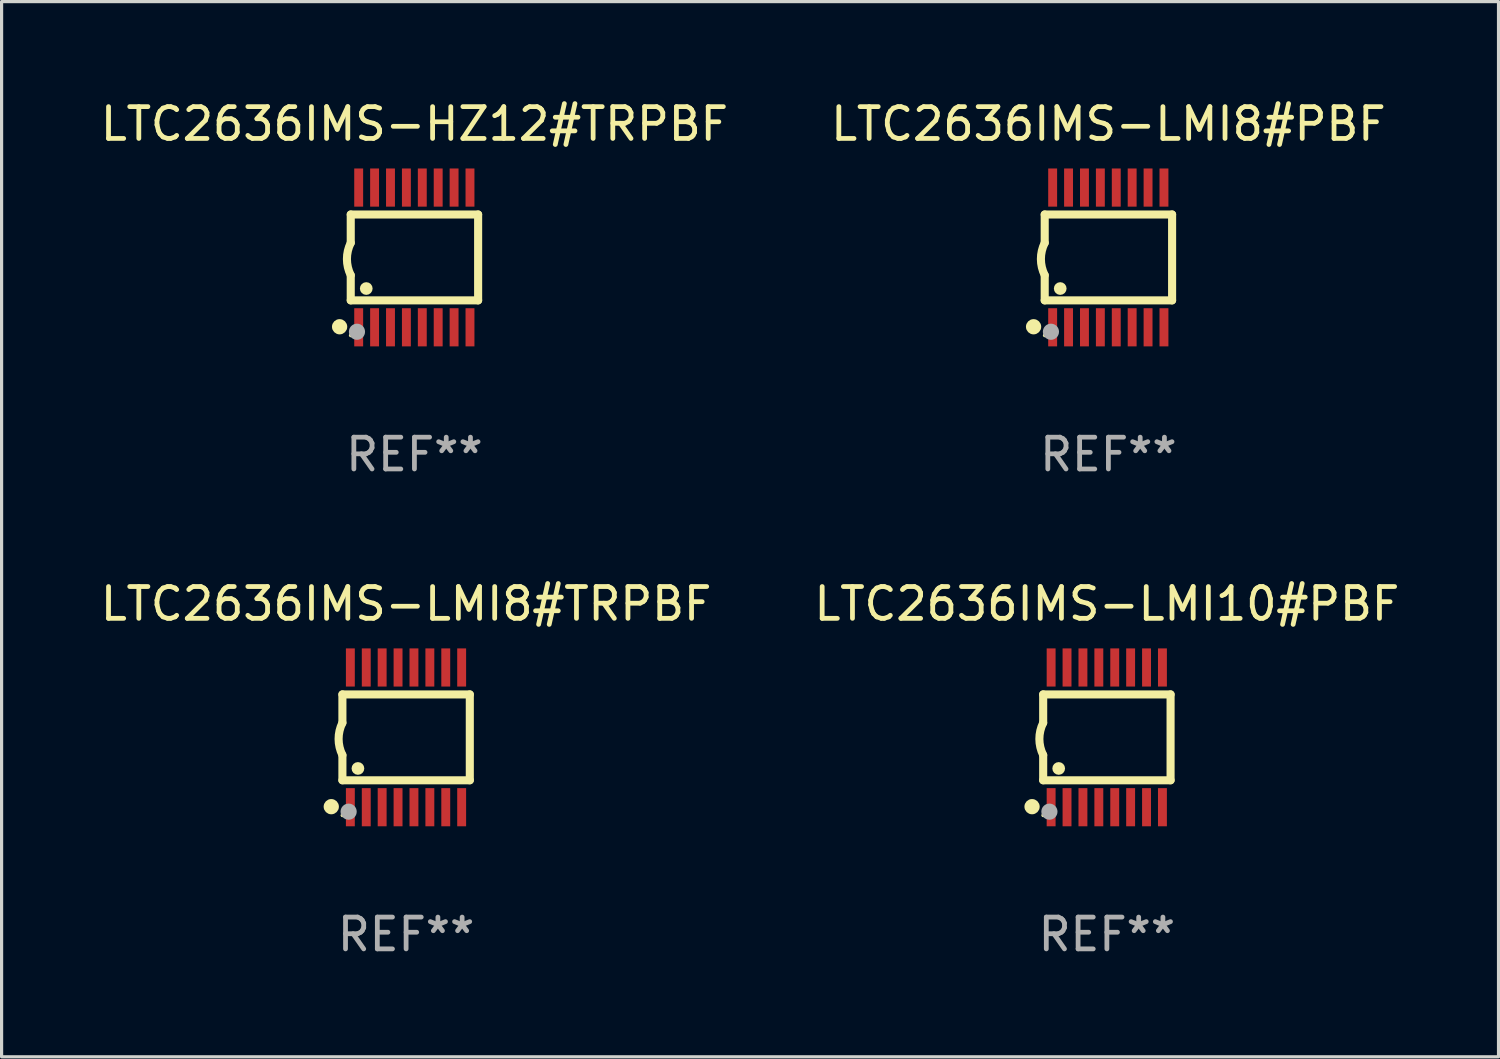
<source format=kicad_pcb>
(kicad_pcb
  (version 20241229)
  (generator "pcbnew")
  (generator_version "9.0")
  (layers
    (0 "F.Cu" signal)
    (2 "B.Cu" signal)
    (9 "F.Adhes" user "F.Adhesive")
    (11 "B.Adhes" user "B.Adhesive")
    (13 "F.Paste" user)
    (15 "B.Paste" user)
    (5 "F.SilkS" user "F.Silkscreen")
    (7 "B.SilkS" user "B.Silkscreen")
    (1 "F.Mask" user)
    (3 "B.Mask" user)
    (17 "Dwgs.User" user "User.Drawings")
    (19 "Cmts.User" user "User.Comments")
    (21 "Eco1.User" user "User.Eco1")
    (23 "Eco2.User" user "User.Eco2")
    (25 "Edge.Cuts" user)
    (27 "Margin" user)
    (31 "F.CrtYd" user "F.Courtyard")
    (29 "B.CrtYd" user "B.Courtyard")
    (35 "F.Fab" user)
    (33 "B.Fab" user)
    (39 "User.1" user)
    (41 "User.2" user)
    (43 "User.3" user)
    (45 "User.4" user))
  (footprint "LTC2636IMS-HZ12#TRPBF"
    (layer "F.Cu")
    (at 9.982 5.045)
    (property "Reference" "LTC2636IMS-HZ12#TRPBF" (at 0 -4.197 0) (layer "F.SilkS") (effects (font (size 1 1) (thickness 0.15))))
    (attr through_hole)
    (fp_line (start -2.003 -1.35) (end -2.003 -0.457) (stroke (width 0.254) (type solid)) (layer "F.SilkS"))
    (fp_line (start -2.003 -1.35) (end 2.003 -1.35) (stroke (width 0.254) (type solid)) (layer "F.SilkS"))
    (fp_line (start -2.003 1.35) (end -2.003 0.559) (stroke (width 0.254) (type solid)) (layer "F.SilkS"))
    (fp_line (start -2.003 1.35) (end 2.003 1.35) (stroke (width 0.254) (type solid)) (layer "F.SilkS"))
    (fp_line (start 2.003 -1.35) (end 2.003 1.35) (stroke (width 0.254) (type solid)) (layer "F.SilkS"))
    (fp_arc (start -2.002286 0.558802) (mid -2.122556 0.05092) (end -2.003302 -0.457201) (stroke (width 0.254001) (type solid)) (layer "F.SilkS"))
    (fp_circle (center -2.353 2.18) (end -2.233 2.18) (stroke (width 0.24) (type solid)) (fill no) (layer "F.SilkS"))
    (fp_circle (center -2.003 2.45) (end -1.973 2.45) (stroke (width 0.06) (type solid)) (fill no) (layer "F.SilkS"))
    (fp_circle (center -1.515 0.978) (end -1.415 0.978) (stroke (width 0.2) (type solid)) (fill no) (layer "F.SilkS"))
    (fp_circle (center -1.807 2.337) (end -1.68 2.337) (stroke (width 0.254) (type solid)) (fill no) (layer "F.Fab"))
    (fp_text user "REF**" (at 0 6.197 0) (layer "F.Fab") (effects (font (size 1 1) (thickness 0.15))))
    (pad "1" smd rect (at -1.753 2.197 90) (size 1.2 0.28) (layers "F.Cu" "F.Mask" "F.Paste"))
    (pad "2" smd rect (at -1.253 2.197 90) (size 1.2 0.28) (layers "F.Cu" "F.Mask" "F.Paste"))
    (pad "3" smd rect (at -0.753 2.197 90) (size 1.2 0.28) (layers "F.Cu" "F.Mask" "F.Paste"))
    (pad "4" smd rect (at -0.253 2.197 90) (size 1.2 0.28) (layers "F.Cu" "F.Mask" "F.Paste"))
    (pad "5" smd rect (at 0.247 2.197 90) (size 1.2 0.28) (layers "F.Cu" "F.Mask" "F.Paste"))
    (pad "6" smd rect (at 0.747 2.197 90) (size 1.2 0.28) (layers "F.Cu" "F.Mask" "F.Paste"))
    (pad "7" smd rect (at 1.247 2.197 90) (size 1.2 0.28) (layers "F.Cu" "F.Mask" "F.Paste"))
    (pad "8" smd rect (at 1.747 2.197 90) (size 1.2 0.28) (layers "F.Cu" "F.Mask" "F.Paste"))
    (pad "9" smd rect (at 1.747 -2.197 90) (size 1.2 0.28) (layers "F.Cu" "F.Mask" "F.Paste"))
    (pad "10" smd rect (at 1.247 -2.197 90) (size 1.2 0.28) (layers "F.Cu" "F.Mask" "F.Paste"))
    (pad "11" smd rect (at 0.747 -2.197 90) (size 1.2 0.28) (layers "F.Cu" "F.Mask" "F.Paste"))
    (pad "12" smd rect (at 0.247 -2.197 90) (size 1.2 0.28) (layers "F.Cu" "F.Mask" "F.Paste"))
    (pad "13" smd rect (at -0.253 -2.197 90) (size 1.2 0.28) (layers "F.Cu" "F.Mask" "F.Paste"))
    (pad "14" smd rect (at -0.753 -2.197 90) (size 1.2 0.28) (layers "F.Cu" "F.Mask" "F.Paste"))
    (pad "15" smd rect (at -1.253 -2.197 90) (size 1.2 0.28) (layers "F.Cu" "F.Mask" "F.Paste"))
    (pad "16" smd rect (at -1.753 -2.197 90) (size 1.2 0.28) (layers "F.Cu" "F.Mask" "F.Paste")))
  (footprint "LTC2636IMS-LMI8#PBF"
    (layer "F.Cu")
    (at 31.804 5.045)
    (property "Reference" "LTC2636IMS-LMI8#PBF" (at 0 -4.197 0) (layer "F.SilkS") (effects (font (size 1 1) (thickness 0.15))))
    (attr through_hole)
    (fp_line (start -2.003 -1.35) (end -2.003 -0.457) (stroke (width 0.254) (type solid)) (layer "F.SilkS"))
    (fp_line (start -2.003 -1.35) (end 2.003 -1.35) (stroke (width 0.254) (type solid)) (layer "F.SilkS"))
    (fp_line (start -2.003 1.35) (end -2.003 0.559) (stroke (width 0.254) (type solid)) (layer "F.SilkS"))
    (fp_line (start -2.003 1.35) (end 2.003 1.35) (stroke (width 0.254) (type solid)) (layer "F.SilkS"))
    (fp_line (start 2.003 -1.35) (end 2.003 1.35) (stroke (width 0.254) (type solid)) (layer "F.SilkS"))
    (fp_arc (start -2.002286 0.558802) (mid -2.122556 0.05092) (end -2.003302 -0.457201) (stroke (width 0.254001) (type solid)) (layer "F.SilkS"))
    (fp_circle (center -2.353 2.18) (end -2.233 2.18) (stroke (width 0.24) (type solid)) (fill no) (layer "F.SilkS"))
    (fp_circle (center -2.003 2.45) (end -1.973 2.45) (stroke (width 0.06) (type solid)) (fill no) (layer "F.SilkS"))
    (fp_circle (center -1.515 0.978) (end -1.415 0.978) (stroke (width 0.2) (type solid)) (fill no) (layer "F.SilkS"))
    (fp_circle (center -1.807 2.337) (end -1.68 2.337) (stroke (width 0.254) (type solid)) (fill no) (layer "F.Fab"))
    (fp_text user "REF**" (at 0 6.197 0) (layer "F.Fab") (effects (font (size 1 1) (thickness 0.15))))
    (pad "1" smd rect (at -1.753 2.197 90) (size 1.2 0.28) (layers "F.Cu" "F.Mask" "F.Paste"))
    (pad "2" smd rect (at -1.253 2.197 90) (size 1.2 0.28) (layers "F.Cu" "F.Mask" "F.Paste"))
    (pad "3" smd rect (at -0.753 2.197 90) (size 1.2 0.28) (layers "F.Cu" "F.Mask" "F.Paste"))
    (pad "4" smd rect (at -0.253 2.197 90) (size 1.2 0.28) (layers "F.Cu" "F.Mask" "F.Paste"))
    (pad "5" smd rect (at 0.247 2.197 90) (size 1.2 0.28) (layers "F.Cu" "F.Mask" "F.Paste"))
    (pad "6" smd rect (at 0.747 2.197 90) (size 1.2 0.28) (layers "F.Cu" "F.Mask" "F.Paste"))
    (pad "7" smd rect (at 1.247 2.197 90) (size 1.2 0.28) (layers "F.Cu" "F.Mask" "F.Paste"))
    (pad "8" smd rect (at 1.747 2.197 90) (size 1.2 0.28) (layers "F.Cu" "F.Mask" "F.Paste"))
    (pad "9" smd rect (at 1.747 -2.197 90) (size 1.2 0.28) (layers "F.Cu" "F.Mask" "F.Paste"))
    (pad "10" smd rect (at 1.247 -2.197 90) (size 1.2 0.28) (layers "F.Cu" "F.Mask" "F.Paste"))
    (pad "11" smd rect (at 0.747 -2.197 90) (size 1.2 0.28) (layers "F.Cu" "F.Mask" "F.Paste"))
    (pad "12" smd rect (at 0.247 -2.197 90) (size 1.2 0.28) (layers "F.Cu" "F.Mask" "F.Paste"))
    (pad "13" smd rect (at -0.253 -2.197 90) (size 1.2 0.28) (layers "F.Cu" "F.Mask" "F.Paste"))
    (pad "14" smd rect (at -0.753 -2.197 90) (size 1.2 0.28) (layers "F.Cu" "F.Mask" "F.Paste"))
    (pad "15" smd rect (at -1.253 -2.197 90) (size 1.2 0.28) (layers "F.Cu" "F.Mask" "F.Paste"))
    (pad "16" smd rect (at -1.753 -2.197 90) (size 1.2 0.28) (layers "F.Cu" "F.Mask" "F.Paste")))
  (footprint "LTC2636IMS-LMI8#TRPBF"
    (layer "F.Cu")
    (at 9.72 20.136)
    (property "Reference" "LTC2636IMS-LMI8#TRPBF" (at 0 -4.197 0) (layer "F.SilkS") (effects (font (size 1 1) (thickness 0.15))))
    (attr through_hole)
    (fp_line (start -2.003 -1.35) (end -2.003 -0.457) (stroke (width 0.254) (type solid)) (layer "F.SilkS"))
    (fp_line (start -2.003 -1.35) (end 2.003 -1.35) (stroke (width 0.254) (type solid)) (layer "F.SilkS"))
    (fp_line (start -2.003 1.35) (end -2.003 0.559) (stroke (width 0.254) (type solid)) (layer "F.SilkS"))
    (fp_line (start -2.003 1.35) (end 2.003 1.35) (stroke (width 0.254) (type solid)) (layer "F.SilkS"))
    (fp_line (start 2.003 -1.35) (end 2.003 1.35) (stroke (width 0.254) (type solid)) (layer "F.SilkS"))
    (fp_arc (start -2.002286 0.558802) (mid -2.122556 0.05092) (end -2.003302 -0.457201) (stroke (width 0.254001) (type solid)) (layer "F.SilkS"))
    (fp_circle (center -2.353 2.18) (end -2.233 2.18) (stroke (width 0.24) (type solid)) (fill no) (layer "F.SilkS"))
    (fp_circle (center -2.003 2.45) (end -1.973 2.45) (stroke (width 0.06) (type solid)) (fill no) (layer "F.SilkS"))
    (fp_circle (center -1.515 0.978) (end -1.415 0.978) (stroke (width 0.2) (type solid)) (fill no) (layer "F.SilkS"))
    (fp_circle (center -1.807 2.337) (end -1.68 2.337) (stroke (width 0.254) (type solid)) (fill no) (layer "F.Fab"))
    (fp_text user "REF**" (at 0 6.197 0) (layer "F.Fab") (effects (font (size 1 1) (thickness 0.15))))
    (pad "1" smd rect (at -1.753 2.197 90) (size 1.2 0.28) (layers "F.Cu" "F.Mask" "F.Paste"))
    (pad "2" smd rect (at -1.253 2.197 90) (size 1.2 0.28) (layers "F.Cu" "F.Mask" "F.Paste"))
    (pad "3" smd rect (at -0.753 2.197 90) (size 1.2 0.28) (layers "F.Cu" "F.Mask" "F.Paste"))
    (pad "4" smd rect (at -0.253 2.197 90) (size 1.2 0.28) (layers "F.Cu" "F.Mask" "F.Paste"))
    (pad "5" smd rect (at 0.247 2.197 90) (size 1.2 0.28) (layers "F.Cu" "F.Mask" "F.Paste"))
    (pad "6" smd rect (at 0.747 2.197 90) (size 1.2 0.28) (layers "F.Cu" "F.Mask" "F.Paste"))
    (pad "7" smd rect (at 1.247 2.197 90) (size 1.2 0.28) (layers "F.Cu" "F.Mask" "F.Paste"))
    (pad "8" smd rect (at 1.747 2.197 90) (size 1.2 0.28) (layers "F.Cu" "F.Mask" "F.Paste"))
    (pad "9" smd rect (at 1.747 -2.197 90) (size 1.2 0.28) (layers "F.Cu" "F.Mask" "F.Paste"))
    (pad "10" smd rect (at 1.247 -2.197 90) (size 1.2 0.28) (layers "F.Cu" "F.Mask" "F.Paste"))
    (pad "11" smd rect (at 0.747 -2.197 90) (size 1.2 0.28) (layers "F.Cu" "F.Mask" "F.Paste"))
    (pad "12" smd rect (at 0.247 -2.197 90) (size 1.2 0.28) (layers "F.Cu" "F.Mask" "F.Paste"))
    (pad "13" smd rect (at -0.253 -2.197 90) (size 1.2 0.28) (layers "F.Cu" "F.Mask" "F.Paste"))
    (pad "14" smd rect (at -0.753 -2.197 90) (size 1.2 0.28) (layers "F.Cu" "F.Mask" "F.Paste"))
    (pad "15" smd rect (at -1.253 -2.197 90) (size 1.2 0.28) (layers "F.Cu" "F.Mask" "F.Paste"))
    (pad "16" smd rect (at -1.753 -2.197 90) (size 1.2 0.28) (layers "F.Cu" "F.Mask" "F.Paste")))
  (footprint "LTC2636IMS-LMI10#PBF"
    (layer "F.Cu")
    (at 31.756 20.136)
    (property "Reference" "LTC2636IMS-LMI10#PBF" (at 0 -4.197 0) (layer "F.SilkS") (effects (font (size 1 1) (thickness 0.15))))
    (attr through_hole)
    (fp_line (start -2.003 -1.35) (end -2.003 -0.457) (stroke (width 0.254) (type solid)) (layer "F.SilkS"))
    (fp_line (start -2.003 -1.35) (end 2.003 -1.35) (stroke (width 0.254) (type solid)) (layer "F.SilkS"))
    (fp_line (start -2.003 1.35) (end -2.003 0.559) (stroke (width 0.254) (type solid)) (layer "F.SilkS"))
    (fp_line (start -2.003 1.35) (end 2.003 1.35) (stroke (width 0.254) (type solid)) (layer "F.SilkS"))
    (fp_line (start 2.003 -1.35) (end 2.003 1.35) (stroke (width 0.254) (type solid)) (layer "F.SilkS"))
    (fp_arc (start -2.002286 0.558802) (mid -2.122556 0.05092) (end -2.003302 -0.457201) (stroke (width 0.254001) (type solid)) (layer "F.SilkS"))
    (fp_circle (center -2.353 2.18) (end -2.233 2.18) (stroke (width 0.24) (type solid)) (fill no) (layer "F.SilkS"))
    (fp_circle (center -2.003 2.45) (end -1.973 2.45) (stroke (width 0.06) (type solid)) (fill no) (layer "F.SilkS"))
    (fp_circle (center -1.515 0.978) (end -1.415 0.978) (stroke (width 0.2) (type solid)) (fill no) (layer "F.SilkS"))
    (fp_circle (center -1.807 2.337) (end -1.68 2.337) (stroke (width 0.254) (type solid)) (fill no) (layer "F.Fab"))
    (fp_text user "REF**" (at 0 6.197 0) (layer "F.Fab") (effects (font (size 1 1) (thickness 0.15))))
    (pad "1" smd rect (at -1.753 2.197 90) (size 1.2 0.28) (layers "F.Cu" "F.Mask" "F.Paste"))
    (pad "2" smd rect (at -1.253 2.197 90) (size 1.2 0.28) (layers "F.Cu" "F.Mask" "F.Paste"))
    (pad "3" smd rect (at -0.753 2.197 90) (size 1.2 0.28) (layers "F.Cu" "F.Mask" "F.Paste"))
    (pad "4" smd rect (at -0.253 2.197 90) (size 1.2 0.28) (layers "F.Cu" "F.Mask" "F.Paste"))
    (pad "5" smd rect (at 0.247 2.197 90) (size 1.2 0.28) (layers "F.Cu" "F.Mask" "F.Paste"))
    (pad "6" smd rect (at 0.747 2.197 90) (size 1.2 0.28) (layers "F.Cu" "F.Mask" "F.Paste"))
    (pad "7" smd rect (at 1.247 2.197 90) (size 1.2 0.28) (layers "F.Cu" "F.Mask" "F.Paste"))
    (pad "8" smd rect (at 1.747 2.197 90) (size 1.2 0.28) (layers "F.Cu" "F.Mask" "F.Paste"))
    (pad "9" smd rect (at 1.747 -2.197 90) (size 1.2 0.28) (layers "F.Cu" "F.Mask" "F.Paste"))
    (pad "10" smd rect (at 1.247 -2.197 90) (size 1.2 0.28) (layers "F.Cu" "F.Mask" "F.Paste"))
    (pad "11" smd rect (at 0.747 -2.197 90) (size 1.2 0.28) (layers "F.Cu" "F.Mask" "F.Paste"))
    (pad "12" smd rect (at 0.247 -2.197 90) (size 1.2 0.28) (layers "F.Cu" "F.Mask" "F.Paste"))
    (pad "13" smd rect (at -0.253 -2.197 90) (size 1.2 0.28) (layers "F.Cu" "F.Mask" "F.Paste"))
    (pad "14" smd rect (at -0.753 -2.197 90) (size 1.2 0.28) (layers "F.Cu" "F.Mask" "F.Paste"))
    (pad "15" smd rect (at -1.253 -2.197 90) (size 1.2 0.28) (layers "F.Cu" "F.Mask" "F.Paste"))
    (pad "16" smd rect (at -1.753 -2.197 90) (size 1.2 0.28) (layers "F.Cu" "F.Mask" "F.Paste")))
  (gr_rect
    (start -3 -3)
    (end 44.071 30.181)
    (stroke (width 0.1) (type default))
    (fill no)
    (layer "Edge.Cuts")))
</source>
